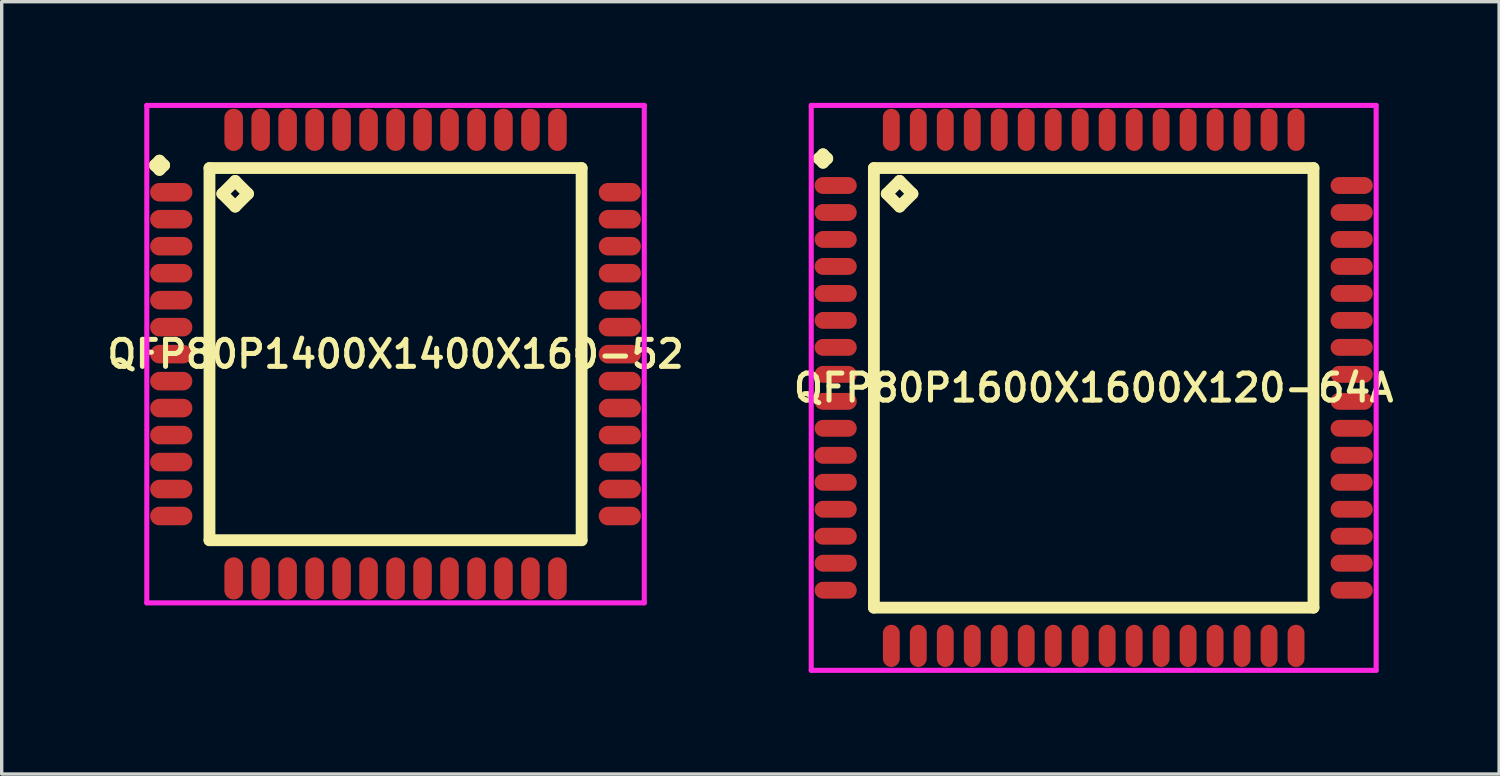
<source format=kicad_pcb>
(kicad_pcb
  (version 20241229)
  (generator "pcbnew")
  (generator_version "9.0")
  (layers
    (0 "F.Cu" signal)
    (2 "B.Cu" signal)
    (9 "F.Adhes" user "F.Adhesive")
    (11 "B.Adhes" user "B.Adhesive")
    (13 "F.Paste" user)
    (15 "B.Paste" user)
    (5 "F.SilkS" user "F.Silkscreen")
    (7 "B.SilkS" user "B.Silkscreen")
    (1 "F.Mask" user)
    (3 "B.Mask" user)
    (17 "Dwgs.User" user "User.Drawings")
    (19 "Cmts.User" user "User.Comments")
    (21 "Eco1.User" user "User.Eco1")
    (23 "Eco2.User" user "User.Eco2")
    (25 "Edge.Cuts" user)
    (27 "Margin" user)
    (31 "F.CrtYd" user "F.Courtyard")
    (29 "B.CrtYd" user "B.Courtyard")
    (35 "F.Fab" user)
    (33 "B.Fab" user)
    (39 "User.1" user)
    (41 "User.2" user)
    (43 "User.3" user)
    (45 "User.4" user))
  (footprint "QFP80P1400X1400X160-52"
    (layer "F.Cu")
    (at 8.678 7.45)
    (property "Reference" "QFP80P1400X1400X160-52" (at 0 0 0) (layer "F.SilkS") (effects (font (size 0.8 0.8) (thickness 0.15))))
    (attr smd)
    (fp_line (start -7.138 -5.6) (end -7 -5.737) (stroke (width 0.35) (type solid)) (layer "F.SilkS"))
    (fp_line (start -7 -5.737) (end -6.862 -5.6) (stroke (width 0.35) (type solid)) (layer "F.SilkS"))
    (fp_line (start -7 -5.463) (end -7.138 -5.6) (stroke (width 0.35) (type solid)) (layer "F.SilkS"))
    (fp_line (start -6.862 -5.6) (end -7 -5.463) (stroke (width 0.35) (type solid)) (layer "F.SilkS"))
    (fp_line (start -5.517 -5.517) (end -5.517 5.517) (stroke (width 0.35) (type solid)) (layer "F.SilkS"))
    (fp_line (start -5.517 5.517) (end 5.517 5.517) (stroke (width 0.35) (type solid)) (layer "F.SilkS"))
    (fp_line (start -5.136 -4.755) (end -4.755 -5.136) (stroke (width 0.35) (type solid)) (layer "F.SilkS"))
    (fp_line (start -4.755 -5.136) (end -4.374 -4.755) (stroke (width 0.35) (type solid)) (layer "F.SilkS"))
    (fp_line (start -4.755 -4.374) (end -5.136 -4.755) (stroke (width 0.35) (type solid)) (layer "F.SilkS"))
    (fp_line (start -4.374 -4.755) (end -4.755 -4.374) (stroke (width 0.35) (type solid)) (layer "F.SilkS"))
    (fp_line (start 5.517 -5.517) (end -5.517 -5.517) (stroke (width 0.35) (type solid)) (layer "F.SilkS"))
    (fp_line (start 5.517 5.517) (end 5.517 -5.517) (stroke (width 0.35) (type solid)) (layer "F.SilkS"))
    (fp_line (start -7.375 -7.375) (end 7.375 -7.375) (stroke (width 0.15) (type solid)) (layer "F.CrtYd"))
    (fp_line (start -7.375 7.375) (end -7.375 -7.375) (stroke (width 0.15) (type solid)) (layer "F.CrtYd"))
    (fp_line (start 7.375 -7.375) (end 7.375 7.375) (stroke (width 0.15) (type solid)) (layer "F.CrtYd"))
    (fp_line (start 7.375 7.375) (end -7.375 7.375) (stroke (width 0.15) (type solid)) (layer "F.CrtYd"))
    (pad "1" smd oval (at -6.65 -4.8) (size 1.25 0.55) (layers "F.Cu" "F.Mask" "F.Paste"))
    (pad "2" smd oval (at -6.65 -4) (size 1.25 0.55) (layers "F.Cu" "F.Mask" "F.Paste"))
    (pad "3" smd oval (at -6.65 -3.2) (size 1.25 0.55) (layers "F.Cu" "F.Mask" "F.Paste"))
    (pad "4" smd oval (at -6.65 -2.4) (size 1.25 0.55) (layers "F.Cu" "F.Mask" "F.Paste"))
    (pad "5" smd oval (at -6.65 -1.6) (size 1.25 0.55) (layers "F.Cu" "F.Mask" "F.Paste"))
    (pad "6" smd oval (at -6.65 -0.8) (size 1.25 0.55) (layers "F.Cu" "F.Mask" "F.Paste"))
    (pad "7" smd oval (at -6.65 0) (size 1.25 0.55) (layers "F.Cu" "F.Mask" "F.Paste"))
    (pad "8" smd oval (at -6.65 0.8) (size 1.25 0.55) (layers "F.Cu" "F.Mask" "F.Paste"))
    (pad "9" smd oval (at -6.65 1.6) (size 1.25 0.55) (layers "F.Cu" "F.Mask" "F.Paste"))
    (pad "10" smd oval (at -6.65 2.4) (size 1.25 0.55) (layers "F.Cu" "F.Mask" "F.Paste"))
    (pad "11" smd oval (at -6.65 3.2) (size 1.25 0.55) (layers "F.Cu" "F.Mask" "F.Paste"))
    (pad "12" smd oval (at -6.65 4) (size 1.25 0.55) (layers "F.Cu" "F.Mask" "F.Paste"))
    (pad "13" smd oval (at -6.65 4.8) (size 1.25 0.55) (layers "F.Cu" "F.Mask" "F.Paste"))
    (pad "14" smd oval (at -4.8 6.65) (size 0.55 1.25) (layers "F.Cu" "F.Mask" "F.Paste"))
    (pad "15" smd oval (at -4 6.65) (size 0.55 1.25) (layers "F.Cu" "F.Mask" "F.Paste"))
    (pad "16" smd oval (at -3.2 6.65) (size 0.55 1.25) (layers "F.Cu" "F.Mask" "F.Paste"))
    (pad "17" smd oval (at -2.4 6.65) (size 0.55 1.25) (layers "F.Cu" "F.Mask" "F.Paste"))
    (pad "18" smd oval (at -1.6 6.65) (size 0.55 1.25) (layers "F.Cu" "F.Mask" "F.Paste"))
    (pad "19" smd oval (at -0.8 6.65) (size 0.55 1.25) (layers "F.Cu" "F.Mask" "F.Paste"))
    (pad "20" smd oval (at 0 6.65) (size 0.55 1.25) (layers "F.Cu" "F.Mask" "F.Paste"))
    (pad "21" smd oval (at 0.8 6.65) (size 0.55 1.25) (layers "F.Cu" "F.Mask" "F.Paste"))
    (pad "22" smd oval (at 1.6 6.65) (size 0.55 1.25) (layers "F.Cu" "F.Mask" "F.Paste"))
    (pad "23" smd oval (at 2.4 6.65) (size 0.55 1.25) (layers "F.Cu" "F.Mask" "F.Paste"))
    (pad "24" smd oval (at 3.2 6.65) (size 0.55 1.25) (layers "F.Cu" "F.Mask" "F.Paste"))
    (pad "25" smd oval (at 4 6.65) (size 0.55 1.25) (layers "F.Cu" "F.Mask" "F.Paste"))
    (pad "26" smd oval (at 4.8 6.65) (size 0.55 1.25) (layers "F.Cu" "F.Mask" "F.Paste"))
    (pad "27" smd oval (at 6.65 4.8) (size 1.25 0.55) (layers "F.Cu" "F.Mask" "F.Paste"))
    (pad "28" smd oval (at 6.65 4) (size 1.25 0.55) (layers "F.Cu" "F.Mask" "F.Paste"))
    (pad "29" smd oval (at 6.65 3.2) (size 1.25 0.55) (layers "F.Cu" "F.Mask" "F.Paste"))
    (pad "30" smd oval (at 6.65 2.4) (size 1.25 0.55) (layers "F.Cu" "F.Mask" "F.Paste"))
    (pad "31" smd oval (at 6.65 1.6) (size 1.25 0.55) (layers "F.Cu" "F.Mask" "F.Paste"))
    (pad "32" smd oval (at 6.65 0.8) (size 1.25 0.55) (layers "F.Cu" "F.Mask" "F.Paste"))
    (pad "33" smd oval (at 6.65 0) (size 1.25 0.55) (layers "F.Cu" "F.Mask" "F.Paste"))
    (pad "34" smd oval (at 6.65 -0.8) (size 1.25 0.55) (layers "F.Cu" "F.Mask" "F.Paste"))
    (pad "35" smd oval (at 6.65 -1.6) (size 1.25 0.55) (layers "F.Cu" "F.Mask" "F.Paste"))
    (pad "36" smd oval (at 6.65 -2.4) (size 1.25 0.55) (layers "F.Cu" "F.Mask" "F.Paste"))
    (pad "37" smd oval (at 6.65 -3.2) (size 1.25 0.55) (layers "F.Cu" "F.Mask" "F.Paste"))
    (pad "38" smd oval (at 6.65 -4) (size 1.25 0.55) (layers "F.Cu" "F.Mask" "F.Paste"))
    (pad "39" smd oval (at 6.65 -4.8) (size 1.25 0.55) (layers "F.Cu" "F.Mask" "F.Paste"))
    (pad "40" smd oval (at 4.8 -6.65) (size 0.55 1.25) (layers "F.Cu" "F.Mask" "F.Paste"))
    (pad "41" smd oval (at 4 -6.65) (size 0.55 1.25) (layers "F.Cu" "F.Mask" "F.Paste"))
    (pad "42" smd oval (at 3.2 -6.65) (size 0.55 1.25) (layers "F.Cu" "F.Mask" "F.Paste"))
    (pad "43" smd oval (at 2.4 -6.65) (size 0.55 1.25) (layers "F.Cu" "F.Mask" "F.Paste"))
    (pad "44" smd oval (at 1.6 -6.65) (size 0.55 1.25) (layers "F.Cu" "F.Mask" "F.Paste"))
    (pad "45" smd oval (at 0.8 -6.65) (size 0.55 1.25) (layers "F.Cu" "F.Mask" "F.Paste"))
    (pad "46" smd oval (at 0 -6.65) (size 0.55 1.25) (layers "F.Cu" "F.Mask" "F.Paste"))
    (pad "47" smd oval (at -0.8 -6.65) (size 0.55 1.25) (layers "F.Cu" "F.Mask" "F.Paste"))
    (pad "48" smd oval (at -1.6 -6.65) (size 0.55 1.25) (layers "F.Cu" "F.Mask" "F.Paste"))
    (pad "49" smd oval (at -2.4 -6.65) (size 0.55 1.25) (layers "F.Cu" "F.Mask" "F.Paste"))
    (pad "50" smd oval (at -3.2 -6.65) (size 0.55 1.25) (layers "F.Cu" "F.Mask" "F.Paste"))
    (pad "51" smd oval (at -4 -6.65) (size 0.55 1.25) (layers "F.Cu" "F.Mask" "F.Paste"))
    (pad "52" smd oval (at -4.8 -6.65) (size 0.55 1.25) (layers "F.Cu" "F.Mask" "F.Paste")))
  (footprint "QFP80P1600X1600X120-64A"
    (layer "F.Cu")
    (at 29.378 8.45)
    (property "Reference" "QFP80P1600X1600X120-64A" (at 0 0 0) (layer "F.SilkS") (effects (font (size 0.8 0.8) (thickness 0.15))))
    (attr smd)
    (fp_line (start -8.15 -6.8) (end -8.025 -6.925) (stroke (width 0.35) (type solid)) (layer "F.SilkS"))
    (fp_line (start -8.025 -6.925) (end -7.9 -6.8) (stroke (width 0.35) (type solid)) (layer "F.SilkS"))
    (fp_line (start -8.025 -6.675) (end -8.15 -6.8) (stroke (width 0.35) (type solid)) (layer "F.SilkS"))
    (fp_line (start -7.9 -6.8) (end -8.025 -6.675) (stroke (width 0.35) (type solid)) (layer "F.SilkS"))
    (fp_line (start -6.517 -6.517) (end -6.517 6.517) (stroke (width 0.35) (type solid)) (layer "F.SilkS"))
    (fp_line (start -6.517 6.517) (end 6.517 6.517) (stroke (width 0.35) (type solid)) (layer "F.SilkS"))
    (fp_line (start -6.136 -5.755) (end -5.755 -6.136) (stroke (width 0.35) (type solid)) (layer "F.SilkS"))
    (fp_line (start -5.755 -6.136) (end -5.374 -5.755) (stroke (width 0.35) (type solid)) (layer "F.SilkS"))
    (fp_line (start -5.755 -5.374) (end -6.136 -5.755) (stroke (width 0.35) (type solid)) (layer "F.SilkS"))
    (fp_line (start -5.374 -5.755) (end -5.755 -5.374) (stroke (width 0.35) (type solid)) (layer "F.SilkS"))
    (fp_line (start 6.517 -6.517) (end -6.517 -6.517) (stroke (width 0.35) (type solid)) (layer "F.SilkS"))
    (fp_line (start 6.517 6.517) (end 6.517 -6.517) (stroke (width 0.35) (type solid)) (layer "F.SilkS"))
    (fp_line (start -8.375 -8.375) (end 8.375 -8.375) (stroke (width 0.15) (type solid)) (layer "F.CrtYd"))
    (fp_line (start -8.375 8.375) (end -8.375 -8.375) (stroke (width 0.15) (type solid)) (layer "F.CrtYd"))
    (fp_line (start 8.375 -8.375) (end 8.375 8.375) (stroke (width 0.15) (type solid)) (layer "F.CrtYd"))
    (fp_line (start 8.375 8.375) (end -8.375 8.375) (stroke (width 0.15) (type solid)) (layer "F.CrtYd"))
    (pad "1" smd oval (at -7.65 -6) (size 1.25 0.5) (layers "F.Cu" "F.Mask" "F.Paste"))
    (pad "2" smd oval (at -7.65 -5.2) (size 1.25 0.5) (layers "F.Cu" "F.Mask" "F.Paste"))
    (pad "3" smd oval (at -7.65 -4.4) (size 1.25 0.5) (layers "F.Cu" "F.Mask" "F.Paste"))
    (pad "4" smd oval (at -7.65 -3.6) (size 1.25 0.5) (layers "F.Cu" "F.Mask" "F.Paste"))
    (pad "5" smd oval (at -7.65 -2.8) (size 1.25 0.5) (layers "F.Cu" "F.Mask" "F.Paste"))
    (pad "6" smd oval (at -7.65 -2) (size 1.25 0.5) (layers "F.Cu" "F.Mask" "F.Paste"))
    (pad "7" smd oval (at -7.65 -1.2) (size 1.25 0.5) (layers "F.Cu" "F.Mask" "F.Paste"))
    (pad "8" smd oval (at -7.65 -0.4) (size 1.25 0.5) (layers "F.Cu" "F.Mask" "F.Paste"))
    (pad "9" smd oval (at -7.65 0.4) (size 1.25 0.5) (layers "F.Cu" "F.Mask" "F.Paste"))
    (pad "10" smd oval (at -7.65 1.2) (size 1.25 0.5) (layers "F.Cu" "F.Mask" "F.Paste"))
    (pad "11" smd oval (at -7.65 2) (size 1.25 0.5) (layers "F.Cu" "F.Mask" "F.Paste"))
    (pad "12" smd oval (at -7.65 2.8) (size 1.25 0.5) (layers "F.Cu" "F.Mask" "F.Paste"))
    (pad "13" smd oval (at -7.65 3.6) (size 1.25 0.5) (layers "F.Cu" "F.Mask" "F.Paste"))
    (pad "14" smd oval (at -7.65 4.4) (size 1.25 0.5) (layers "F.Cu" "F.Mask" "F.Paste"))
    (pad "15" smd oval (at -7.65 5.2) (size 1.25 0.5) (layers "F.Cu" "F.Mask" "F.Paste"))
    (pad "16" smd oval (at -7.65 6) (size 1.25 0.5) (layers "F.Cu" "F.Mask" "F.Paste"))
    (pad "17" smd oval (at -6 7.65) (size 0.5 1.25) (layers "F.Cu" "F.Mask" "F.Paste"))
    (pad "18" smd oval (at -5.2 7.65) (size 0.5 1.25) (layers "F.Cu" "F.Mask" "F.Paste"))
    (pad "19" smd oval (at -4.4 7.65) (size 0.5 1.25) (layers "F.Cu" "F.Mask" "F.Paste"))
    (pad "20" smd oval (at -3.6 7.65) (size 0.5 1.25) (layers "F.Cu" "F.Mask" "F.Paste"))
    (pad "21" smd oval (at -2.8 7.65) (size 0.5 1.25) (layers "F.Cu" "F.Mask" "F.Paste"))
    (pad "22" smd oval (at -2 7.65) (size 0.5 1.25) (layers "F.Cu" "F.Mask" "F.Paste"))
    (pad "23" smd oval (at -1.2 7.65) (size 0.5 1.25) (layers "F.Cu" "F.Mask" "F.Paste"))
    (pad "24" smd oval (at -0.4 7.65) (size 0.5 1.25) (layers "F.Cu" "F.Mask" "F.Paste"))
    (pad "25" smd oval (at 0.4 7.65) (size 0.5 1.25) (layers "F.Cu" "F.Mask" "F.Paste"))
    (pad "26" smd oval (at 1.2 7.65) (size 0.5 1.25) (layers "F.Cu" "F.Mask" "F.Paste"))
    (pad "27" smd oval (at 2 7.65) (size 0.5 1.25) (layers "F.Cu" "F.Mask" "F.Paste"))
    (pad "28" smd oval (at 2.8 7.65) (size 0.5 1.25) (layers "F.Cu" "F.Mask" "F.Paste"))
    (pad "29" smd oval (at 3.6 7.65) (size 0.5 1.25) (layers "F.Cu" "F.Mask" "F.Paste"))
    (pad "30" smd oval (at 4.4 7.65) (size 0.5 1.25) (layers "F.Cu" "F.Mask" "F.Paste"))
    (pad "31" smd oval (at 5.2 7.65) (size 0.5 1.25) (layers "F.Cu" "F.Mask" "F.Paste"))
    (pad "32" smd oval (at 6 7.65) (size 0.5 1.25) (layers "F.Cu" "F.Mask" "F.Paste"))
    (pad "33" smd oval (at 7.65 6) (size 1.25 0.5) (layers "F.Cu" "F.Mask" "F.Paste"))
    (pad "34" smd oval (at 7.65 5.2) (size 1.25 0.5) (layers "F.Cu" "F.Mask" "F.Paste"))
    (pad "35" smd oval (at 7.65 4.4) (size 1.25 0.5) (layers "F.Cu" "F.Mask" "F.Paste"))
    (pad "36" smd oval (at 7.65 3.6) (size 1.25 0.5) (layers "F.Cu" "F.Mask" "F.Paste"))
    (pad "37" smd oval (at 7.65 2.8) (size 1.25 0.5) (layers "F.Cu" "F.Mask" "F.Paste"))
    (pad "38" smd oval (at 7.65 2) (size 1.25 0.5) (layers "F.Cu" "F.Mask" "F.Paste"))
    (pad "39" smd oval (at 7.65 1.2) (size 1.25 0.5) (layers "F.Cu" "F.Mask" "F.Paste"))
    (pad "40" smd oval (at 7.65 0.4) (size 1.25 0.5) (layers "F.Cu" "F.Mask" "F.Paste"))
    (pad "41" smd oval (at 7.65 -0.4) (size 1.25 0.5) (layers "F.Cu" "F.Mask" "F.Paste"))
    (pad "42" smd oval (at 7.65 -1.2) (size 1.25 0.5) (layers "F.Cu" "F.Mask" "F.Paste"))
    (pad "43" smd oval (at 7.65 -2) (size 1.25 0.5) (layers "F.Cu" "F.Mask" "F.Paste"))
    (pad "44" smd oval (at 7.65 -2.8) (size 1.25 0.5) (layers "F.Cu" "F.Mask" "F.Paste"))
    (pad "45" smd oval (at 7.65 -3.6) (size 1.25 0.5) (layers "F.Cu" "F.Mask" "F.Paste"))
    (pad "46" smd oval (at 7.65 -4.4) (size 1.25 0.5) (layers "F.Cu" "F.Mask" "F.Paste"))
    (pad "47" smd oval (at 7.65 -5.2) (size 1.25 0.5) (layers "F.Cu" "F.Mask" "F.Paste"))
    (pad "48" smd oval (at 7.65 -6) (size 1.25 0.5) (layers "F.Cu" "F.Mask" "F.Paste"))
    (pad "49" smd oval (at 6 -7.65) (size 0.5 1.25) (layers "F.Cu" "F.Mask" "F.Paste"))
    (pad "50" smd oval (at 5.2 -7.65) (size 0.5 1.25) (layers "F.Cu" "F.Mask" "F.Paste"))
    (pad "51" smd oval (at 4.4 -7.65) (size 0.5 1.25) (layers "F.Cu" "F.Mask" "F.Paste"))
    (pad "52" smd oval (at 3.6 -7.65) (size 0.5 1.25) (layers "F.Cu" "F.Mask" "F.Paste"))
    (pad "53" smd oval (at 2.8 -7.65) (size 0.5 1.25) (layers "F.Cu" "F.Mask" "F.Paste"))
    (pad "54" smd oval (at 2 -7.65) (size 0.5 1.25) (layers "F.Cu" "F.Mask" "F.Paste"))
    (pad "55" smd oval (at 1.2 -7.65) (size 0.5 1.25) (layers "F.Cu" "F.Mask" "F.Paste"))
    (pad "56" smd oval (at 0.4 -7.65) (size 0.5 1.25) (layers "F.Cu" "F.Mask" "F.Paste"))
    (pad "57" smd oval (at -0.4 -7.65) (size 0.5 1.25) (layers "F.Cu" "F.Mask" "F.Paste"))
    (pad "58" smd oval (at -1.2 -7.65) (size 0.5 1.25) (layers "F.Cu" "F.Mask" "F.Paste"))
    (pad "59" smd oval (at -2 -7.65) (size 0.5 1.25) (layers "F.Cu" "F.Mask" "F.Paste"))
    (pad "60" smd oval (at -2.8 -7.65) (size 0.5 1.25) (layers "F.Cu" "F.Mask" "F.Paste"))
    (pad "61" smd oval (at -3.6 -7.65) (size 0.5 1.25) (layers "F.Cu" "F.Mask" "F.Paste"))
    (pad "62" smd oval (at -4.4 -7.65) (size 0.5 1.25) (layers "F.Cu" "F.Mask" "F.Paste"))
    (pad "63" smd oval (at -5.2 -7.65) (size 0.5 1.25) (layers "F.Cu" "F.Mask" "F.Paste"))
    (pad "64" smd oval (at -6 -7.65) (size 0.5 1.25) (layers "F.Cu" "F.Mask" "F.Paste")))
  (gr_rect
    (start -3 -3)
    (end 41.399 19.9)
    (stroke (width 0.1) (type default))
    (fill no)
    (layer "Edge.Cuts")))
</source>
